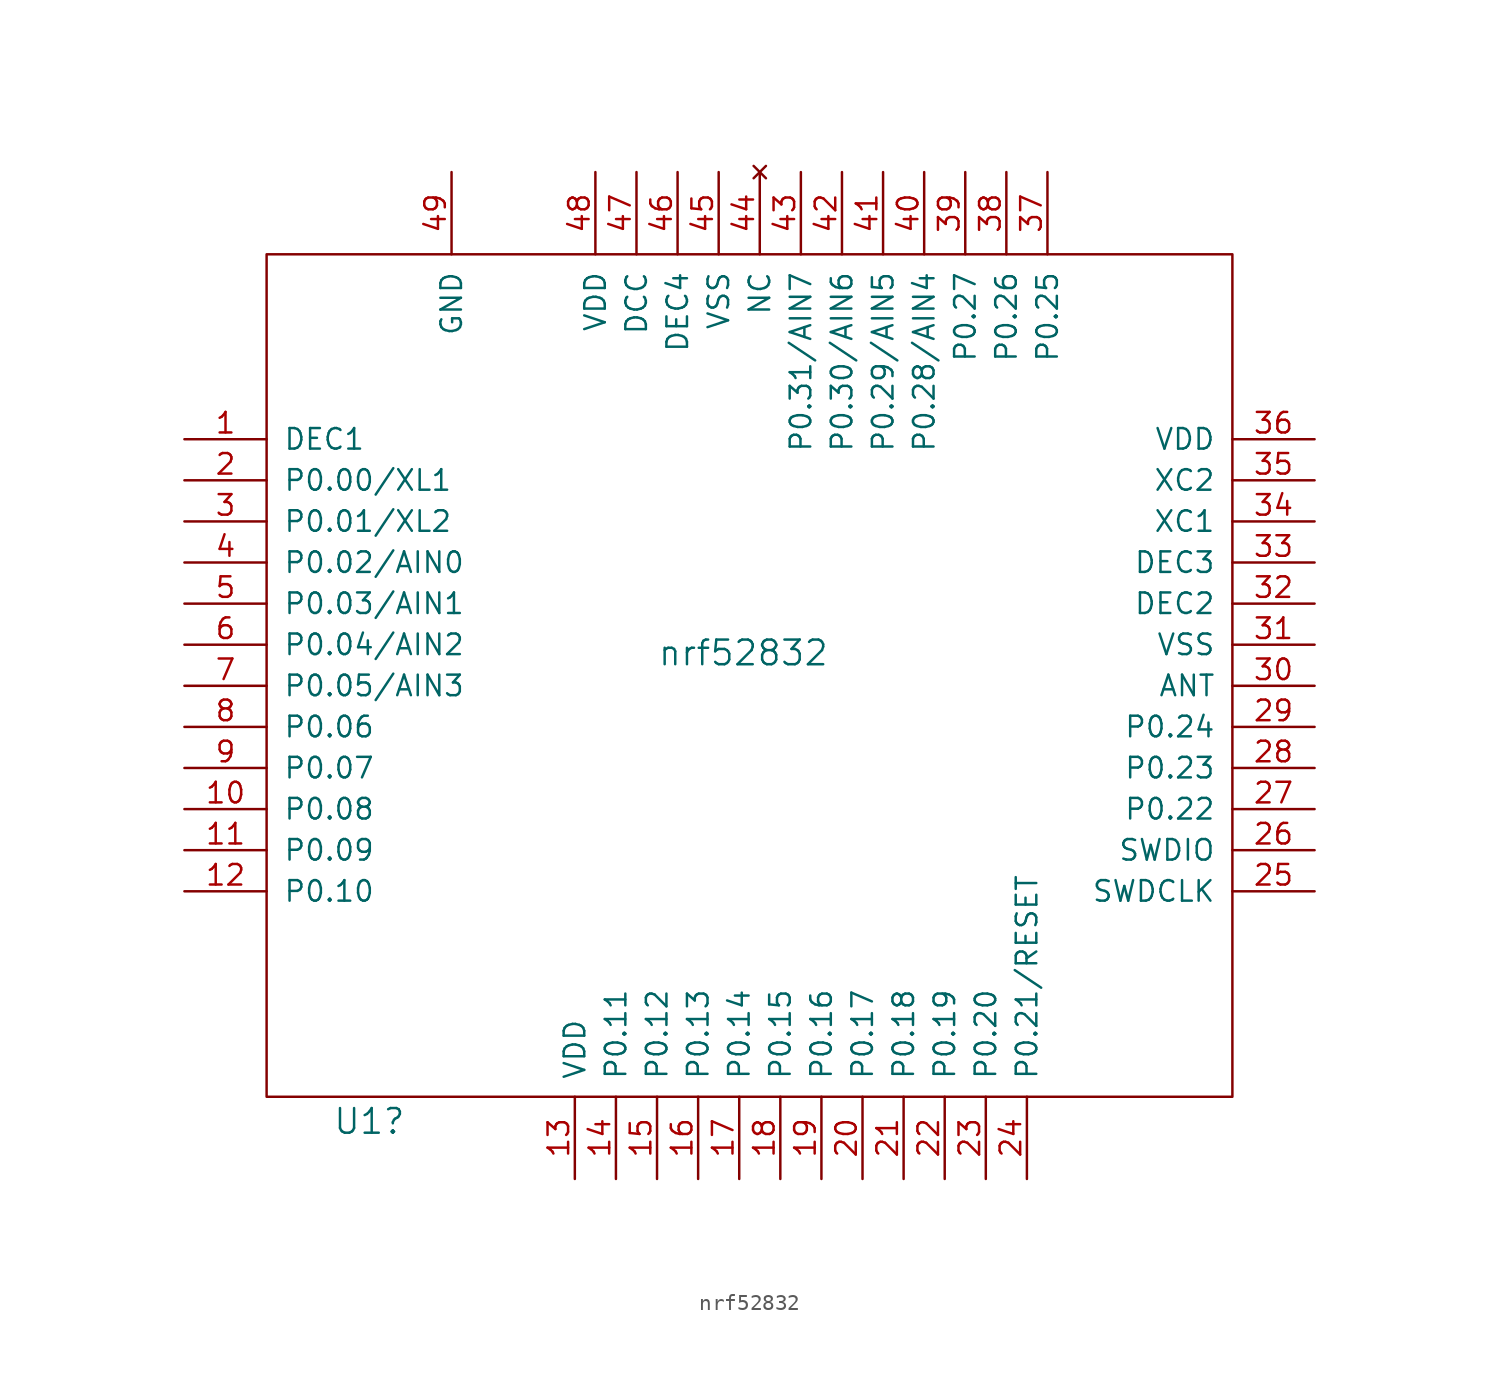
<source format=kicad_sym>
(kicad_symbol_lib
  (version 20241209)
  (generator "kicad_symbol_editor")
  (generator_version "9.0")
  (symbol "nrf52832"
    (pin_names
      (offset 1.016))
    (property "Reference" "U1"
      (at -16.51 -16.764 0)
      (effects (font (size 1.524 1.524))))
    (property "Value" "nrf52832"
      (at 6.604 12.192 0)
      (effects (font (size 1.524 1.524))))
    (property "Datasheet" ""
      (at -9.906 -1.651 0)
      (effects (font (size 1.524 1.524))))
    (property "Description" ""
      (at 0 0 0)
      (effects (font (size 1.27 1.27))))
    (symbol "nrf52832_0_1"
      (rectangle (start -22.86 36.83) (end 36.83 -15.24) (stroke (width 0) (type solid)) (fill (type none))))
    (symbol "nrf52832_1_1"
      (pin input line (at -27.94 25.4 0) (length 5.08) (name "DEC1" (effects (font (size 1.27 1.27)))) (number "1" (effects (font (size 1.27 1.27)))))
      (pin input line (at -27.94 22.86 0) (length 5.08) (name "P0.00/XL1" (effects (font (size 1.27 1.27)))) (number "2" (effects (font (size 1.27 1.27)))))
      (pin input line (at -27.94 20.32 0) (length 5.08) (name "P0.01/XL2" (effects (font (size 1.27 1.27)))) (number "3" (effects (font (size 1.27 1.27)))))
      (pin input line (at -27.94 17.78 0) (length 5.08) (name "P0.02/AIN0" (effects (font (size 1.27 1.27)))) (number "4" (effects (font (size 1.27 1.27)))))
      (pin input line (at -27.94 15.24 0) (length 5.08) (name "P0.03/AIN1" (effects (font (size 1.27 1.27)))) (number "5" (effects (font (size 1.27 1.27)))))
      (pin input line (at -27.94 12.7 0) (length 5.08) (name "P0.04/AIN2" (effects (font (size 1.27 1.27)))) (number "6" (effects (font (size 1.27 1.27)))))
      (pin input line (at -27.94 10.16 0) (length 5.08) (name "P0.05/AIN3" (effects (font (size 1.27 1.27)))) (number "7" (effects (font (size 1.27 1.27)))))
      (pin output line (at -27.94 7.62 0) (length 5.08) (name "P0.06" (effects (font (size 1.27 1.27)))) (number "8" (effects (font (size 1.27 1.27)))))
      (pin input line (at -27.94 5.08 0) (length 5.08) (name "P0.07" (effects (font (size 1.27 1.27)))) (number "9" (effects (font (size 1.27 1.27)))))
      (pin input line (at -27.94 2.54 0) (length 5.08) (name "P0.08" (effects (font (size 1.27 1.27)))) (number "10" (effects (font (size 1.27 1.27)))))
      (pin input line (at -27.94 0 0) (length 5.08) (name "P0.09" (effects (font (size 1.27 1.27)))) (number "11" (effects (font (size 1.27 1.27)))))
      (pin input line (at -27.94 -2.54 0) (length 5.08) (name "P0.10" (effects (font (size 1.27 1.27)))) (number "12" (effects (font (size 1.27 1.27)))))
      (pin power_in line (at -11.43 41.91 270) (length 5.08) (name "GND" (effects (font (size 1.27 1.27)))) (number "49" (effects (font (size 1.27 1.27)))))
      (pin passive line (at -3.81 -20.32 90) (length 5.08) (name "VDD" (effects (font (size 1.27 1.27)))) (number "13" (effects (font (size 1.27 1.27)))))
      (pin passive line (at -2.54 41.91 270) (length 5.08) (name "VDD" (effects (font (size 1.27 1.27)))) (number "48" (effects (font (size 1.27 1.27)))))
      (pin input line (at -1.27 -20.32 90) (length 5.08) (name "P0.11" (effects (font (size 1.27 1.27)))) (number "14" (effects (font (size 1.27 1.27)))))
      (pin input line (at 0 41.91 270) (length 5.08) (name "DCC" (effects (font (size 1.27 1.27)))) (number "47" (effects (font (size 1.27 1.27)))))
      (pin input line (at 1.27 -20.32 90) (length 5.08) (name "P0.12" (effects (font (size 1.27 1.27)))) (number "15" (effects (font (size 1.27 1.27)))))
      (pin input line (at 2.54 41.91 270) (length 5.08) (name "DEC4" (effects (font (size 1.27 1.27)))) (number "46" (effects (font (size 1.27 1.27)))))
      (pin input line (at 3.81 -20.32 90) (length 5.08) (name "P0.13" (effects (font (size 1.27 1.27)))) (number "16" (effects (font (size 1.27 1.27)))))
      (pin power_in line (at 5.08 41.91 270) (length 5.08) (name "VSS" (effects (font (size 1.27 1.27)))) (number "45" (effects (font (size 1.27 1.27)))))
      (pin input line (at 6.35 -20.32 90) (length 5.08) (name "P0.14" (effects (font (size 1.27 1.27)))) (number "17" (effects (font (size 1.27 1.27)))))
      (pin no_connect line (at 7.62 41.91 270) (length 5.08) (name "NC" (effects (font (size 1.27 1.27)))) (number "44" (effects (font (size 1.27 1.27)))))
      (pin input line (at 8.89 -20.32 90) (length 5.08) (name "P0.15" (effects (font (size 1.27 1.27)))) (number "18" (effects (font (size 1.27 1.27)))))
      (pin bidirectional line (at 10.16 41.91 270) (length 5.08) (name "P0.31/AIN7" (effects (font (size 1.27 1.27)))) (number "43" (effects (font (size 1.27 1.27)))))
      (pin input line (at 11.43 -20.32 90) (length 5.08) (name "P0.16" (effects (font (size 1.27 1.27)))) (number "19" (effects (font (size 1.27 1.27)))))
      (pin bidirectional line (at 12.7 41.91 270) (length 5.08) (name "P0.30/AIN6" (effects (font (size 1.27 1.27)))) (number "42" (effects (font (size 1.27 1.27)))))
      (pin input line (at 13.97 -20.32 90) (length 5.08) (name "P0.17" (effects (font (size 1.27 1.27)))) (number "20" (effects (font (size 1.27 1.27)))))
      (pin bidirectional line (at 15.24 41.91 270) (length 5.08) (name "P0.29/AIN5" (effects (font (size 1.27 1.27)))) (number "41" (effects (font (size 1.27 1.27)))))
      (pin input line (at 16.51 -20.32 90) (length 5.08) (name "P0.18" (effects (font (size 1.27 1.27)))) (number "21" (effects (font (size 1.27 1.27)))))
      (pin bidirectional line (at 17.78 41.91 270) (length 5.08) (name "P0.28/AIN4" (effects (font (size 1.27 1.27)))) (number "40" (effects (font (size 1.27 1.27)))))
      (pin input line (at 19.05 -20.32 90) (length 5.08) (name "P0.19" (effects (font (size 1.27 1.27)))) (number "22" (effects (font (size 1.27 1.27)))))
      (pin bidirectional line (at 20.32 41.91 270) (length 5.08) (name "P0.27" (effects (font (size 1.27 1.27)))) (number "39" (effects (font (size 1.27 1.27)))))
      (pin input line (at 21.59 -20.32 90) (length 5.08) (name "P0.20" (effects (font (size 1.27 1.27)))) (number "23" (effects (font (size 1.27 1.27)))))
      (pin bidirectional line (at 22.86 41.91 270) (length 5.08) (name "P0.26" (effects (font (size 1.27 1.27)))) (number "38" (effects (font (size 1.27 1.27)))))
      (pin input line (at 24.13 -20.32 90) (length 5.08) (name "P0.21/RESET" (effects (font (size 1.27 1.27)))) (number "24" (effects (font (size 1.27 1.27)))))
      (pin bidirectional line (at 25.4 41.91 270) (length 5.08) (name "P0.25" (effects (font (size 1.27 1.27)))) (number "37" (effects (font (size 1.27 1.27)))))
      (pin passive line (at 41.91 25.4 180) (length 5.08) (name "VDD" (effects (font (size 1.27 1.27)))) (number "36" (effects (font (size 1.27 1.27)))))
      (pin input line (at 41.91 22.86 180) (length 5.08) (name "XC2" (effects (font (size 1.27 1.27)))) (number "35" (effects (font (size 1.27 1.27)))))
      (pin input line (at 41.91 20.32 180) (length 5.08) (name "XC1" (effects (font (size 1.27 1.27)))) (number "34" (effects (font (size 1.27 1.27)))))
      (pin input line (at 41.91 17.78 180) (length 5.08) (name "DEC3" (effects (font (size 1.27 1.27)))) (number "33" (effects (font (size 1.27 1.27)))))
      (pin input line (at 41.91 15.24 180) (length 5.08) (name "DEC2" (effects (font (size 1.27 1.27)))) (number "32" (effects (font (size 1.27 1.27)))))
      (pin power_in line (at 41.91 12.7 180) (length 5.08) (name "VSS" (effects (font (size 1.27 1.27)))) (number "31" (effects (font (size 1.27 1.27)))))
      (pin input line (at 41.91 10.16 180) (length 5.08) (name "ANT" (effects (font (size 1.27 1.27)))) (number "30" (effects (font (size 1.27 1.27)))))
      (pin bidirectional line (at 41.91 7.62 180) (length 5.08) (name "P0.24" (effects (font (size 1.27 1.27)))) (number "29" (effects (font (size 1.27 1.27)))))
      (pin bidirectional line (at 41.91 5.08 180) (length 5.08) (name "P0.23" (effects (font (size 1.27 1.27)))) (number "28" (effects (font (size 1.27 1.27)))))
      (pin bidirectional line (at 41.91 2.54 180) (length 5.08) (name "P0.22" (effects (font (size 1.27 1.27)))) (number "27" (effects (font (size 1.27 1.27)))))
      (pin bidirectional line (at 41.91 0 180) (length 5.08) (name "SWDIO" (effects (font (size 1.27 1.27)))) (number "26" (effects (font (size 1.27 1.27)))))
      (pin bidirectional line (at 41.91 -2.54 180) (length 5.08) (name "SWDCLK" (effects (font (size 1.27 1.27)))) (number "25" (effects (font (size 1.27 1.27))))))))
</source>
